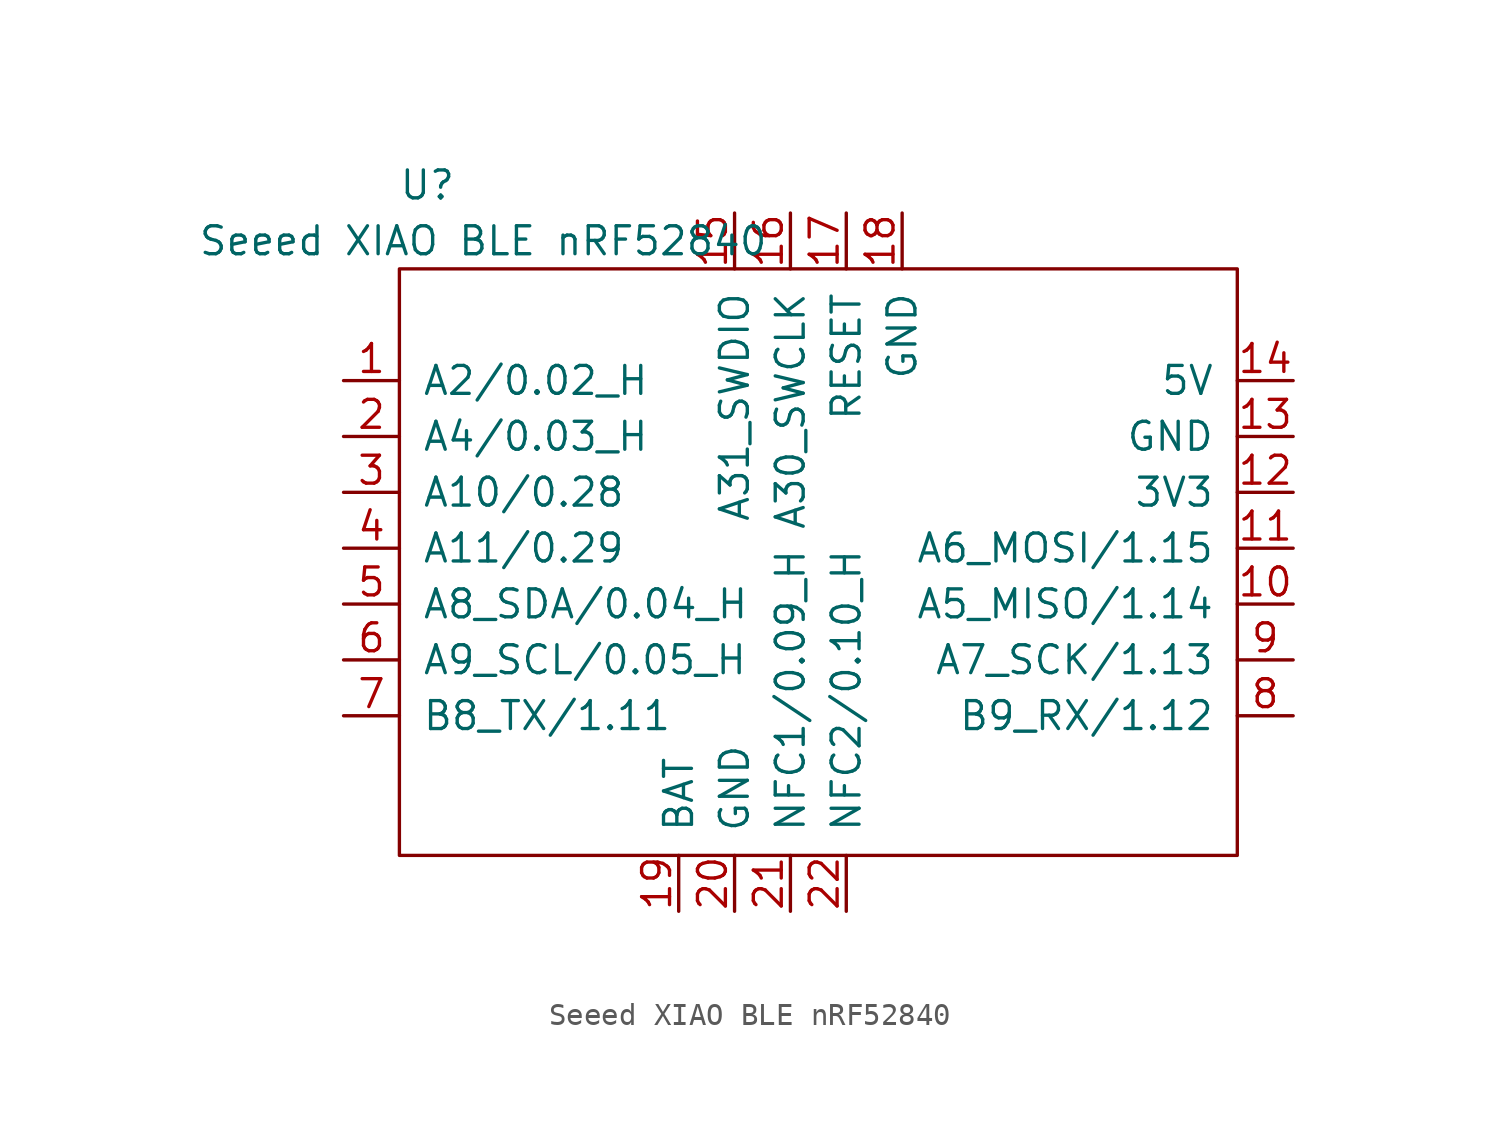
<source format=kicad_sym>
(kicad_symbol_lib
  (version 20211014)
  (generator kicad_symbol_editor)
  (symbol "Seeed XIAO BLE nRF52840"
    (pin_names
      (offset 1.016))
    (property "Reference" "U"
      (at -17.78 16.51 0)
      (effects (font (size 1.27 1.27))))
    (property "Value" "Seeed XIAO BLE nRF52840"
      (at -15.24 13.97 0)
      (effects (font (size 1.27 1.27))))
    (symbol "Seeed XIAO BLE nRF52840_0_1"
      (rectangle (start -19.05 12.7) (end 19.05 -13.97) (stroke (width 0) (type default) (color 0 0 0 0)) (fill (type none))))
    (symbol "Seeed XIAO BLE nRF52840_1_1"
      (pin bidirectional line (at -21.59 7.62 0) (length 2.54) (name "A2/0.02_H" (effects (font (size 1.27 1.27)))) (number "1" (effects (font (size 1.27 1.27)))))
      (pin bidirectional line (at 21.59 -2.54 180) (length 2.54) (name "A5_MISO/1.14" (effects (font (size 1.27 1.27)))) (number "10" (effects (font (size 1.27 1.27)))))
      (pin bidirectional line (at 21.59 0 180) (length 2.54) (name "A6_MOSI/1.15" (effects (font (size 1.27 1.27)))) (number "11" (effects (font (size 1.27 1.27)))))
      (pin power_out line (at 21.59 2.54 180) (length 2.54) (name "3V3" (effects (font (size 1.27 1.27)))) (number "12" (effects (font (size 1.27 1.27)))))
      (pin power_out line (at 21.59 5.08 180) (length 2.54) (name "GND" (effects (font (size 1.27 1.27)))) (number "13" (effects (font (size 1.27 1.27)))))
      (pin power_out line (at 21.59 7.62 180) (length 2.54) (name "5V" (effects (font (size 1.27 1.27)))) (number "14" (effects (font (size 1.27 1.27)))))
      (pin input line (at -3.81 15.24 270) (length 2.54) (name "A31_SWDIO" (effects (font (size 1.27 1.27)))) (number "15" (effects (font (size 1.27 1.27)))))
      (pin input line (at -1.27 15.24 270) (length 2.54) (name "A30_SWCLK" (effects (font (size 1.27 1.27)))) (number "16" (effects (font (size 1.27 1.27)))))
      (pin input line (at 1.27 15.24 270) (length 2.54) (name "RESET" (effects (font (size 1.27 1.27)))) (number "17" (effects (font (size 1.27 1.27)))))
      (pin power_out line (at 3.81 15.24 270) (length 2.54) (name "GND" (effects (font (size 1.27 1.27)))) (number "18" (effects (font (size 1.27 1.27)))))
      (pin bidirectional line (at -6.35 -16.51 90) (length 2.54) (name "BAT" (effects (font (size 1.27 1.27)))) (number "19" (effects (font (size 1.27 1.27)))))
      (pin bidirectional line (at -21.59 5.08 0) (length 2.54) (name "A4/0.03_H" (effects (font (size 1.27 1.27)))) (number "2" (effects (font (size 1.27 1.27)))))
      (pin power_out line (at -3.81 -16.51 90) (length 2.54) (name "GND" (effects (font (size 1.27 1.27)))) (number "20" (effects (font (size 1.27 1.27)))))
      (pin bidirectional line (at -1.27 -16.51 90) (length 2.54) (name "NFC1/0.09_H" (effects (font (size 1.27 1.27)))) (number "21" (effects (font (size 1.27 1.27)))))
      (pin bidirectional line (at 1.27 -16.51 90) (length 2.54) (name "NFC2/0.10_H" (effects (font (size 1.27 1.27)))) (number "22" (effects (font (size 1.27 1.27)))))
      (pin bidirectional line (at -21.59 2.54 0) (length 2.54) (name "A10/0.28" (effects (font (size 1.27 1.27)))) (number "3" (effects (font (size 1.27 1.27)))))
      (pin bidirectional line (at -21.59 0 0) (length 2.54) (name "A11/0.29" (effects (font (size 1.27 1.27)))) (number "4" (effects (font (size 1.27 1.27)))))
      (pin bidirectional line (at -21.59 -2.54 0) (length 2.54) (name "A8_SDA/0.04_H" (effects (font (size 1.27 1.27)))) (number "5" (effects (font (size 1.27 1.27)))))
      (pin bidirectional line (at -21.59 -5.08 0) (length 2.54) (name "A9_SCL/0.05_H" (effects (font (size 1.27 1.27)))) (number "6" (effects (font (size 1.27 1.27)))))
      (pin bidirectional line (at -21.59 -7.62 0) (length 2.54) (name "B8_TX/1.11" (effects (font (size 1.27 1.27)))) (number "7" (effects (font (size 1.27 1.27)))))
      (pin bidirectional line (at 21.59 -7.62 180) (length 2.54) (name "B9_RX/1.12" (effects (font (size 1.27 1.27)))) (number "8" (effects (font (size 1.27 1.27)))))
      (pin bidirectional line (at 21.59 -5.08 180) (length 2.54) (name "A7_SCK/1.13" (effects (font (size 1.27 1.27)))) (number "9" (effects (font (size 1.27 1.27))))))))
</source>
